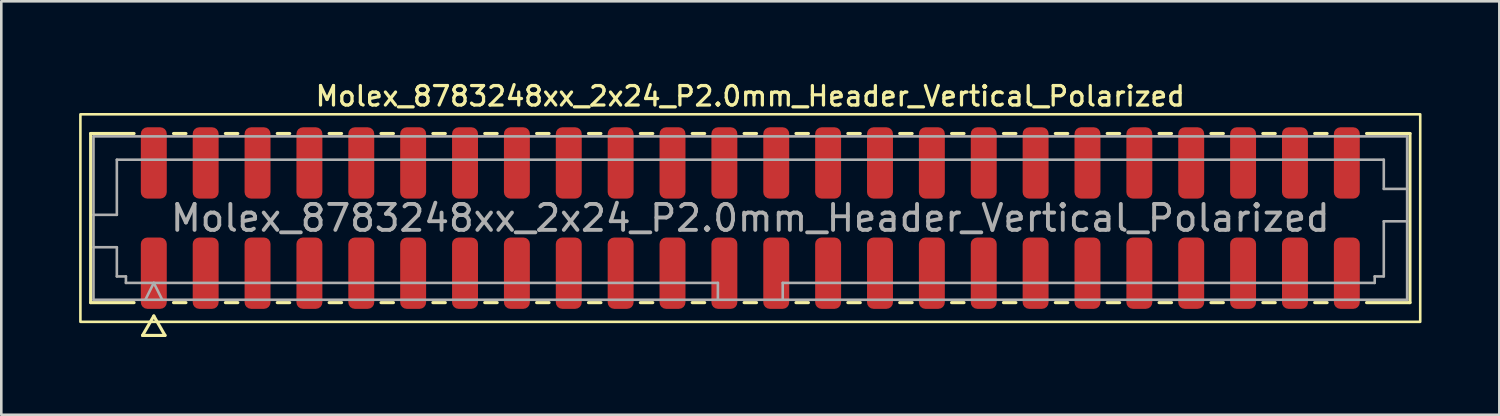
<source format=kicad_pcb>
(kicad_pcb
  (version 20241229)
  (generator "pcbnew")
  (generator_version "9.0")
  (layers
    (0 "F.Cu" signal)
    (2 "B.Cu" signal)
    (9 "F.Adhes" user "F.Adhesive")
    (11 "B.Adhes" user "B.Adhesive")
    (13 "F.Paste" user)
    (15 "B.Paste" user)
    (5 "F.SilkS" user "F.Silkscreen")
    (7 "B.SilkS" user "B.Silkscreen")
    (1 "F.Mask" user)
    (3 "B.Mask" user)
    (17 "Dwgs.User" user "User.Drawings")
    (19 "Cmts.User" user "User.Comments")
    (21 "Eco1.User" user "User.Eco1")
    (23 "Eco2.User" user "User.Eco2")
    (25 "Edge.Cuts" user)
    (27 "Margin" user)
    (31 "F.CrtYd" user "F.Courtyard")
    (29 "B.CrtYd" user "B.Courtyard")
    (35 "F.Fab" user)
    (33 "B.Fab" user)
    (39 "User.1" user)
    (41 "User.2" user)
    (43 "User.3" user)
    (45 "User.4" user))
  (footprint "Molex_8783248xx_2x24_P2.0mm_Header_Vertical_Polarized"
    (layer "F.Cu")
    (at 25.88 5.358)
    (property "Reference" "Molex_8783248xx_2x24_P2.0mm_Header_Vertical_Polarized" (at 0 -4.7 0) (layer "F.SilkS") (effects (font (size 0.75 0.75) (thickness 0.125))))
    (attr smd)
    (fp_line (start -25.435 -3.26) (end -23.76 -3.26) (stroke (width 0.12) (type solid)) (layer "F.SilkS"))
    (fp_line (start -25.435 3.26) (end -25.435 -3.26) (stroke (width 0.12) (type solid)) (layer "F.SilkS"))
    (fp_line (start -23.76 3.26) (end -25.435 3.26) (stroke (width 0.12) (type solid)) (layer "F.SilkS"))
    (fp_line (start -23.433 4.525) (end -23 3.775) (stroke (width 0.12) (type solid)) (layer "F.SilkS"))
    (fp_line (start -23 3.775) (end -22.567 4.525) (stroke (width 0.12) (type solid)) (layer "F.SilkS"))
    (fp_line (start -22.567 4.525) (end -23.433 4.525) (stroke (width 0.12) (type solid)) (layer "F.SilkS"))
    (fp_line (start -22.24 -3.26) (end -21.76 -3.26) (stroke (width 0.12) (type solid)) (layer "F.SilkS"))
    (fp_line (start -21.76 3.26) (end -22.24 3.26) (stroke (width 0.12) (type solid)) (layer "F.SilkS"))
    (fp_line (start -20.24 -3.26) (end -19.76 -3.26) (stroke (width 0.12) (type solid)) (layer "F.SilkS"))
    (fp_line (start -19.76 3.26) (end -20.24 3.26) (stroke (width 0.12) (type solid)) (layer "F.SilkS"))
    (fp_line (start -18.24 -3.26) (end -17.76 -3.26) (stroke (width 0.12) (type solid)) (layer "F.SilkS"))
    (fp_line (start -17.76 3.26) (end -18.24 3.26) (stroke (width 0.12) (type solid)) (layer "F.SilkS"))
    (fp_line (start -16.24 -3.26) (end -15.76 -3.26) (stroke (width 0.12) (type solid)) (layer "F.SilkS"))
    (fp_line (start -15.76 3.26) (end -16.24 3.26) (stroke (width 0.12) (type solid)) (layer "F.SilkS"))
    (fp_line (start -14.24 -3.26) (end -13.76 -3.26) (stroke (width 0.12) (type solid)) (layer "F.SilkS"))
    (fp_line (start -13.76 3.26) (end -14.24 3.26) (stroke (width 0.12) (type solid)) (layer "F.SilkS"))
    (fp_line (start -12.24 -3.26) (end -11.76 -3.26) (stroke (width 0.12) (type solid)) (layer "F.SilkS"))
    (fp_line (start -11.76 3.26) (end -12.24 3.26) (stroke (width 0.12) (type solid)) (layer "F.SilkS"))
    (fp_line (start -10.24 -3.26) (end -9.76 -3.26) (stroke (width 0.12) (type solid)) (layer "F.SilkS"))
    (fp_line (start -9.76 3.26) (end -10.24 3.26) (stroke (width 0.12) (type solid)) (layer "F.SilkS"))
    (fp_line (start -8.24 -3.26) (end -7.76 -3.26) (stroke (width 0.12) (type solid)) (layer "F.SilkS"))
    (fp_line (start -7.76 3.26) (end -8.24 3.26) (stroke (width 0.12) (type solid)) (layer "F.SilkS"))
    (fp_line (start -6.24 -3.26) (end -5.76 -3.26) (stroke (width 0.12) (type solid)) (layer "F.SilkS"))
    (fp_line (start -5.76 3.26) (end -6.24 3.26) (stroke (width 0.12) (type solid)) (layer "F.SilkS"))
    (fp_line (start -4.24 -3.26) (end -3.76 -3.26) (stroke (width 0.12) (type solid)) (layer "F.SilkS"))
    (fp_line (start -3.76 3.26) (end -4.24 3.26) (stroke (width 0.12) (type solid)) (layer "F.SilkS"))
    (fp_line (start -2.24 -3.26) (end -1.76 -3.26) (stroke (width 0.12) (type solid)) (layer "F.SilkS"))
    (fp_line (start -1.76 3.26) (end -2.24 3.26) (stroke (width 0.12) (type solid)) (layer "F.SilkS"))
    (fp_line (start -0.24 -3.26) (end 0.24 -3.26) (stroke (width 0.12) (type solid)) (layer "F.SilkS"))
    (fp_line (start 0.24 3.26) (end -0.24 3.26) (stroke (width 0.12) (type solid)) (layer "F.SilkS"))
    (fp_line (start 1.76 -3.26) (end 2.24 -3.26) (stroke (width 0.12) (type solid)) (layer "F.SilkS"))
    (fp_line (start 2.24 3.26) (end 1.76 3.26) (stroke (width 0.12) (type solid)) (layer "F.SilkS"))
    (fp_line (start 3.76 -3.26) (end 4.24 -3.26) (stroke (width 0.12) (type solid)) (layer "F.SilkS"))
    (fp_line (start 4.24 3.26) (end 3.76 3.26) (stroke (width 0.12) (type solid)) (layer "F.SilkS"))
    (fp_line (start 5.76 -3.26) (end 6.24 -3.26) (stroke (width 0.12) (type solid)) (layer "F.SilkS"))
    (fp_line (start 6.24 3.26) (end 5.76 3.26) (stroke (width 0.12) (type solid)) (layer "F.SilkS"))
    (fp_line (start 7.76 -3.26) (end 8.24 -3.26) (stroke (width 0.12) (type solid)) (layer "F.SilkS"))
    (fp_line (start 8.24 3.26) (end 7.76 3.26) (stroke (width 0.12) (type solid)) (layer "F.SilkS"))
    (fp_line (start 9.76 -3.26) (end 10.24 -3.26) (stroke (width 0.12) (type solid)) (layer "F.SilkS"))
    (fp_line (start 10.24 3.26) (end 9.76 3.26) (stroke (width 0.12) (type solid)) (layer "F.SilkS"))
    (fp_line (start 11.76 -3.26) (end 12.24 -3.26) (stroke (width 0.12) (type solid)) (layer "F.SilkS"))
    (fp_line (start 12.24 3.26) (end 11.76 3.26) (stroke (width 0.12) (type solid)) (layer "F.SilkS"))
    (fp_line (start 13.76 -3.26) (end 14.24 -3.26) (stroke (width 0.12) (type solid)) (layer "F.SilkS"))
    (fp_line (start 14.24 3.26) (end 13.76 3.26) (stroke (width 0.12) (type solid)) (layer "F.SilkS"))
    (fp_line (start 15.76 -3.26) (end 16.24 -3.26) (stroke (width 0.12) (type solid)) (layer "F.SilkS"))
    (fp_line (start 16.24 3.26) (end 15.76 3.26) (stroke (width 0.12) (type solid)) (layer "F.SilkS"))
    (fp_line (start 17.76 -3.26) (end 18.24 -3.26) (stroke (width 0.12) (type solid)) (layer "F.SilkS"))
    (fp_line (start 18.24 3.26) (end 17.76 3.26) (stroke (width 0.12) (type solid)) (layer "F.SilkS"))
    (fp_line (start 19.76 -3.26) (end 20.24 -3.26) (stroke (width 0.12) (type solid)) (layer "F.SilkS"))
    (fp_line (start 20.24 3.26) (end 19.76 3.26) (stroke (width 0.12) (type solid)) (layer "F.SilkS"))
    (fp_line (start 21.76 -3.26) (end 22.24 -3.26) (stroke (width 0.12) (type solid)) (layer "F.SilkS"))
    (fp_line (start 22.24 3.26) (end 21.76 3.26) (stroke (width 0.12) (type solid)) (layer "F.SilkS"))
    (fp_line (start 23.76 -3.26) (end 25.435 -3.26) (stroke (width 0.12) (type solid)) (layer "F.SilkS"))
    (fp_line (start 25.435 -3.26) (end 25.435 3.26) (stroke (width 0.12) (type solid)) (layer "F.SilkS"))
    (fp_line (start 25.435 3.26) (end 23.76 3.26) (stroke (width 0.12) (type solid)) (layer "F.SilkS"))
    (fp_rect (start -25.83 -4) (end 25.83 4) (stroke (width 0.1) (type solid)) (fill no) (layer "F.SilkS"))
    (fp_line (start -25.325 -3.15) (end 25.325 -3.15) (stroke (width 0.1) (type solid)) (layer "F.Fab"))
    (fp_line (start -25.325 -0.125) (end -24.425 -0.125) (stroke (width 0.1) (type solid)) (layer "F.Fab"))
    (fp_line (start -25.325 1.125) (end -24.425 1.125) (stroke (width 0.1) (type solid)) (layer "F.Fab"))
    (fp_line (start -25.325 3.15) (end -25.325 -3.15) (stroke (width 0.1) (type solid)) (layer "F.Fab"))
    (fp_line (start -24.425 -2.25) (end 24.425 -2.25) (stroke (width 0.1) (type solid)) (layer "F.Fab"))
    (fp_line (start -24.425 -0.125) (end -24.425 -2.25) (stroke (width 0.1) (type solid)) (layer "F.Fab"))
    (fp_line (start -24.425 1.125) (end -24.425 2.25) (stroke (width 0.1) (type solid)) (layer "F.Fab"))
    (fp_line (start -24.425 2.25) (end -24.075 2.25) (stroke (width 0.1) (type solid)) (layer "F.Fab"))
    (fp_line (start -24.075 2.25) (end -24.075 2.5) (stroke (width 0.1) (type solid)) (layer "F.Fab"))
    (fp_line (start -24.075 2.5) (end -1.25 2.5) (stroke (width 0.1) (type solid)) (layer "F.Fab"))
    (fp_line (start -23.325 3.15) (end -23 2.5) (stroke (width 0.1) (type solid)) (layer "F.Fab"))
    (fp_line (start -23 2.5) (end -22.675 3.15) (stroke (width 0.1) (type solid)) (layer "F.Fab"))
    (fp_line (start -1.25 2.5) (end -1.25 3.15) (stroke (width 0.1) (type solid)) (layer "F.Fab"))
    (fp_line (start 1.25 2.5) (end 1.25 3.15) (stroke (width 0.1) (type solid)) (layer "F.Fab"))
    (fp_line (start 1.25 2.5) (end 24.075 2.5) (stroke (width 0.1) (type solid)) (layer "F.Fab"))
    (fp_line (start 24.075 2.25) (end 24.425 2.25) (stroke (width 0.1) (type solid)) (layer "F.Fab"))
    (fp_line (start 24.075 2.5) (end 24.075 2.25) (stroke (width 0.1) (type solid)) (layer "F.Fab"))
    (fp_line (start 24.425 -2.25) (end 24.425 -1.125) (stroke (width 0.1) (type solid)) (layer "F.Fab"))
    (fp_line (start 24.425 -1.125) (end 25.325 -1.125) (stroke (width 0.1) (type solid)) (layer "F.Fab"))
    (fp_line (start 24.425 0.125) (end 25.325 0.125) (stroke (width 0.1) (type solid)) (layer "F.Fab"))
    (fp_line (start 24.425 2.25) (end 24.425 0.125) (stroke (width 0.1) (type solid)) (layer "F.Fab"))
    (fp_line (start 25.325 -3.15) (end 25.325 3.15) (stroke (width 0.1) (type solid)) (layer "F.Fab"))
    (fp_line (start 25.325 3.15) (end -25.325 3.15) (stroke (width 0.1) (type solid)) (layer "F.Fab"))
    (fp_text user "${REFERENCE}" (at 0 0 0) (layer "F.Fab") (effects (font (size 1 1) (thickness 0.15))))
    (pad "1" smd roundrect (at -23 2.125) (size 1 2.75) (layers "F.Cu" "F.Mask" "F.Paste") (roundrect_rratio 0.25))
    (pad "2" smd roundrect (at -23 -2.125) (size 1 2.75) (layers "F.Cu" "F.Mask" "F.Paste") (roundrect_rratio 0.25))
    (pad "3" smd roundrect (at -21 2.125) (size 1 2.75) (layers "F.Cu" "F.Mask" "F.Paste") (roundrect_rratio 0.25))
    (pad "4" smd roundrect (at -21 -2.125) (size 1 2.75) (layers "F.Cu" "F.Mask" "F.Paste") (roundrect_rratio 0.25))
    (pad "5" smd roundrect (at -19 2.125) (size 1 2.75) (layers "F.Cu" "F.Mask" "F.Paste") (roundrect_rratio 0.25))
    (pad "6" smd roundrect (at -19 -2.125) (size 1 2.75) (layers "F.Cu" "F.Mask" "F.Paste") (roundrect_rratio 0.25))
    (pad "7" smd roundrect (at -17 2.125) (size 1 2.75) (layers "F.Cu" "F.Mask" "F.Paste") (roundrect_rratio 0.25))
    (pad "8" smd roundrect (at -17 -2.125) (size 1 2.75) (layers "F.Cu" "F.Mask" "F.Paste") (roundrect_rratio 0.25))
    (pad "9" smd roundrect (at -15 2.125) (size 1 2.75) (layers "F.Cu" "F.Mask" "F.Paste") (roundrect_rratio 0.25))
    (pad "10" smd roundrect (at -15 -2.125) (size 1 2.75) (layers "F.Cu" "F.Mask" "F.Paste") (roundrect_rratio 0.25))
    (pad "11" smd roundrect (at -13 2.125) (size 1 2.75) (layers "F.Cu" "F.Mask" "F.Paste") (roundrect_rratio 0.25))
    (pad "12" smd roundrect (at -13 -2.125) (size 1 2.75) (layers "F.Cu" "F.Mask" "F.Paste") (roundrect_rratio 0.25))
    (pad "13" smd roundrect (at -11 2.125) (size 1 2.75) (layers "F.Cu" "F.Mask" "F.Paste") (roundrect_rratio 0.25))
    (pad "14" smd roundrect (at -11 -2.125) (size 1 2.75) (layers "F.Cu" "F.Mask" "F.Paste") (roundrect_rratio 0.25))
    (pad "15" smd roundrect (at -9 2.125) (size 1 2.75) (layers "F.Cu" "F.Mask" "F.Paste") (roundrect_rratio 0.25))
    (pad "16" smd roundrect (at -9 -2.125) (size 1 2.75) (layers "F.Cu" "F.Mask" "F.Paste") (roundrect_rratio 0.25))
    (pad "17" smd roundrect (at -7 2.125) (size 1 2.75) (layers "F.Cu" "F.Mask" "F.Paste") (roundrect_rratio 0.25))
    (pad "18" smd roundrect (at -7 -2.125) (size 1 2.75) (layers "F.Cu" "F.Mask" "F.Paste") (roundrect_rratio 0.25))
    (pad "19" smd roundrect (at -5 2.125) (size 1 2.75) (layers "F.Cu" "F.Mask" "F.Paste") (roundrect_rratio 0.25))
    (pad "20" smd roundrect (at -5 -2.125) (size 1 2.75) (layers "F.Cu" "F.Mask" "F.Paste") (roundrect_rratio 0.25))
    (pad "21" smd roundrect (at -3 2.125) (size 1 2.75) (layers "F.Cu" "F.Mask" "F.Paste") (roundrect_rratio 0.25))
    (pad "22" smd roundrect (at -3 -2.125) (size 1 2.75) (layers "F.Cu" "F.Mask" "F.Paste") (roundrect_rratio 0.25))
    (pad "23" smd roundrect (at -1 2.125) (size 1 2.75) (layers "F.Cu" "F.Mask" "F.Paste") (roundrect_rratio 0.25))
    (pad "24" smd roundrect (at -1 -2.125) (size 1 2.75) (layers "F.Cu" "F.Mask" "F.Paste") (roundrect_rratio 0.25))
    (pad "25" smd roundrect (at 1 2.125) (size 1 2.75) (layers "F.Cu" "F.Mask" "F.Paste") (roundrect_rratio 0.25))
    (pad "26" smd roundrect (at 1 -2.125) (size 1 2.75) (layers "F.Cu" "F.Mask" "F.Paste") (roundrect_rratio 0.25))
    (pad "27" smd roundrect (at 3 2.125) (size 1 2.75) (layers "F.Cu" "F.Mask" "F.Paste") (roundrect_rratio 0.25))
    (pad "28" smd roundrect (at 3 -2.125) (size 1 2.75) (layers "F.Cu" "F.Mask" "F.Paste") (roundrect_rratio 0.25))
    (pad "29" smd roundrect (at 5 2.125) (size 1 2.75) (layers "F.Cu" "F.Mask" "F.Paste") (roundrect_rratio 0.25))
    (pad "30" smd roundrect (at 5 -2.125) (size 1 2.75) (layers "F.Cu" "F.Mask" "F.Paste") (roundrect_rratio 0.25))
    (pad "31" smd roundrect (at 7 2.125) (size 1 2.75) (layers "F.Cu" "F.Mask" "F.Paste") (roundrect_rratio 0.25))
    (pad "32" smd roundrect (at 7 -2.125) (size 1 2.75) (layers "F.Cu" "F.Mask" "F.Paste") (roundrect_rratio 0.25))
    (pad "33" smd roundrect (at 9 2.125) (size 1 2.75) (layers "F.Cu" "F.Mask" "F.Paste") (roundrect_rratio 0.25))
    (pad "34" smd roundrect (at 9 -2.125) (size 1 2.75) (layers "F.Cu" "F.Mask" "F.Paste") (roundrect_rratio 0.25))
    (pad "35" smd roundrect (at 11 2.125) (size 1 2.75) (layers "F.Cu" "F.Mask" "F.Paste") (roundrect_rratio 0.25))
    (pad "36" smd roundrect (at 11 -2.125) (size 1 2.75) (layers "F.Cu" "F.Mask" "F.Paste") (roundrect_rratio 0.25))
    (pad "37" smd roundrect (at 13 2.125) (size 1 2.75) (layers "F.Cu" "F.Mask" "F.Paste") (roundrect_rratio 0.25))
    (pad "38" smd roundrect (at 13 -2.125) (size 1 2.75) (layers "F.Cu" "F.Mask" "F.Paste") (roundrect_rratio 0.25))
    (pad "39" smd roundrect (at 15 2.125) (size 1 2.75) (layers "F.Cu" "F.Mask" "F.Paste") (roundrect_rratio 0.25))
    (pad "40" smd roundrect (at 15 -2.125) (size 1 2.75) (layers "F.Cu" "F.Mask" "F.Paste") (roundrect_rratio 0.25))
    (pad "41" smd roundrect (at 17 2.125) (size 1 2.75) (layers "F.Cu" "F.Mask" "F.Paste") (roundrect_rratio 0.25))
    (pad "42" smd roundrect (at 17 -2.125) (size 1 2.75) (layers "F.Cu" "F.Mask" "F.Paste") (roundrect_rratio 0.25))
    (pad "43" smd roundrect (at 19 2.125) (size 1 2.75) (layers "F.Cu" "F.Mask" "F.Paste") (roundrect_rratio 0.25))
    (pad "44" smd roundrect (at 19 -2.125) (size 1 2.75) (layers "F.Cu" "F.Mask" "F.Paste") (roundrect_rratio 0.25))
    (pad "45" smd roundrect (at 21 2.125) (size 1 2.75) (layers "F.Cu" "F.Mask" "F.Paste") (roundrect_rratio 0.25))
    (pad "46" smd roundrect (at 21 -2.125) (size 1 2.75) (layers "F.Cu" "F.Mask" "F.Paste") (roundrect_rratio 0.25))
    (pad "47" smd roundrect (at 23 2.125) (size 1 2.75) (layers "F.Cu" "F.Mask" "F.Paste") (roundrect_rratio 0.25))
    (pad "48" smd roundrect (at 23 -2.125) (size 1 2.75) (layers "F.Cu" "F.Mask" "F.Paste") (roundrect_rratio 0.25)))
  (gr_rect
    (start -3 -3)
    (end 54.76 12.943)
    (stroke (width 0.1) (type default))
    (fill no)
    (layer "Edge.Cuts")))
</source>
